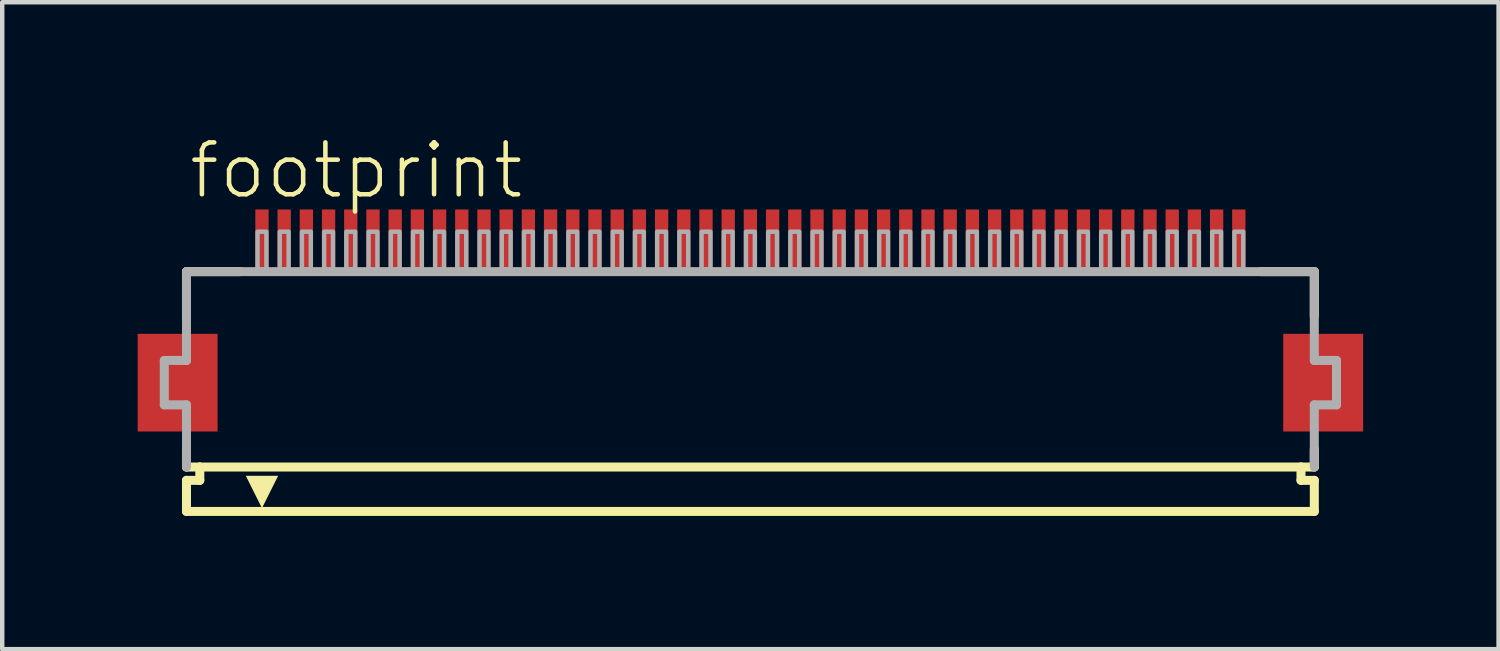
<source format=kicad_pcb>
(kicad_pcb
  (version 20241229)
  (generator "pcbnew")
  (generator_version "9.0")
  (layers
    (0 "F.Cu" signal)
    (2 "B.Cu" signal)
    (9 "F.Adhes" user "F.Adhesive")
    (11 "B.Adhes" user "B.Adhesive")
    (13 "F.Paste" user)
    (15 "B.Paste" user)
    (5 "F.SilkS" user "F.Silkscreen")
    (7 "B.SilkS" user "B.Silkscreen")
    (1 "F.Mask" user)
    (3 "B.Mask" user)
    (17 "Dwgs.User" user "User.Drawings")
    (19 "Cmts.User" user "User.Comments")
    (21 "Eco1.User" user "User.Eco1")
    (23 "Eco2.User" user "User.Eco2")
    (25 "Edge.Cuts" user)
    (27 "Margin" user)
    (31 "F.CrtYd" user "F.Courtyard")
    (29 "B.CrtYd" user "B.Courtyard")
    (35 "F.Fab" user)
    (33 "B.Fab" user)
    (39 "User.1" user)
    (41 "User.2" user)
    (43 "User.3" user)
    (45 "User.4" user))
  (footprint "footprint"
    (layer "F.Cu")
    (at 15.85 5.568)
    (property "Reference" "footprint" (at -14.698 -4.095 0) (layer "F.SilkS") (effects (font (size 1.168 1.168) (thickness 0.102)) (justify left bottom)))
    (fp_poly (pts (xy -14 -1.1) (xy -15.8 -1.1) (xy -15.8 1.1) (xy -14 1.1)) (stroke (width 0) (type solid)) (fill yes) (layer "F.Cu"))
    (fp_poly (pts (xy 11.8 -1.1) (xy 10 -1.1) (xy 10 1.1) (xy 11.8 1.1)) (stroke (width 0) (type solid)) (fill yes) (layer "F.Cu"))
    (fp_poly (pts (xy -13.95 -1.175) (xy -15.85 -1.175) (xy -15.85 1.175) (xy -13.95 1.175)) (stroke (width 0) (type solid)) (fill yes) (layer "F.Mask"))
    (fp_poly (pts (xy -13.2 -2.55) (xy -12.8 -2.55) (xy -12.8 -3.95) (xy -13.2 -3.95)) (stroke (width 0) (type solid)) (fill yes) (layer "F.Mask"))
    (fp_poly (pts (xy -12.7 -2.55) (xy -12.3 -2.55) (xy -12.3 -3.95) (xy -12.7 -3.95)) (stroke (width 0) (type solid)) (fill yes) (layer "F.Mask"))
    (fp_poly (pts (xy -12.2 -2.55) (xy -11.8 -2.55) (xy -11.8 -3.95) (xy -12.2 -3.95)) (stroke (width 0) (type solid)) (fill yes) (layer "F.Mask"))
    (fp_poly (pts (xy -11.7 -2.55) (xy -11.3 -2.55) (xy -11.3 -3.95) (xy -11.7 -3.95)) (stroke (width 0) (type solid)) (fill yes) (layer "F.Mask"))
    (fp_poly (pts (xy -11.2 -2.55) (xy -10.8 -2.55) (xy -10.8 -3.95) (xy -11.2 -3.95)) (stroke (width 0) (type solid)) (fill yes) (layer "F.Mask"))
    (fp_poly (pts (xy -10.7 -2.55) (xy -10.3 -2.55) (xy -10.3 -3.95) (xy -10.7 -3.95)) (stroke (width 0) (type solid)) (fill yes) (layer "F.Mask"))
    (fp_poly (pts (xy -10.2 -2.55) (xy -9.8 -2.55) (xy -9.8 -3.95) (xy -10.2 -3.95)) (stroke (width 0) (type solid)) (fill yes) (layer "F.Mask"))
    (fp_poly (pts (xy -9.7 -2.55) (xy -9.3 -2.55) (xy -9.3 -3.95) (xy -9.7 -3.95)) (stroke (width 0) (type solid)) (fill yes) (layer "F.Mask"))
    (fp_poly (pts (xy -9.2 -2.55) (xy -8.8 -2.55) (xy -8.8 -3.95) (xy -9.2 -3.95)) (stroke (width 0) (type solid)) (fill yes) (layer "F.Mask"))
    (fp_poly (pts (xy -8.7 -2.55) (xy -8.3 -2.55) (xy -8.3 -3.95) (xy -8.7 -3.95)) (stroke (width 0) (type solid)) (fill yes) (layer "F.Mask"))
    (fp_poly (pts (xy -8.2 -2.55) (xy -7.8 -2.55) (xy -7.8 -3.95) (xy -8.2 -3.95)) (stroke (width 0) (type solid)) (fill yes) (layer "F.Mask"))
    (fp_poly (pts (xy -7.7 -2.55) (xy -7.3 -2.55) (xy -7.3 -3.95) (xy -7.7 -3.95)) (stroke (width 0) (type solid)) (fill yes) (layer "F.Mask"))
    (fp_poly (pts (xy -7.2 -2.55) (xy -6.8 -2.55) (xy -6.8 -3.95) (xy -7.2 -3.95)) (stroke (width 0) (type solid)) (fill yes) (layer "F.Mask"))
    (fp_poly (pts (xy -6.7 -2.55) (xy -6.3 -2.55) (xy -6.3 -3.95) (xy -6.7 -3.95)) (stroke (width 0) (type solid)) (fill yes) (layer "F.Mask"))
    (fp_poly (pts (xy -6.2 -2.55) (xy -5.8 -2.55) (xy -5.8 -3.95) (xy -6.2 -3.95)) (stroke (width 0) (type solid)) (fill yes) (layer "F.Mask"))
    (fp_poly (pts (xy -5.7 -2.55) (xy -5.3 -2.55) (xy -5.3 -3.95) (xy -5.7 -3.95)) (stroke (width 0) (type solid)) (fill yes) (layer "F.Mask"))
    (fp_poly (pts (xy -5.2 -2.55) (xy -4.8 -2.55) (xy -4.8 -3.95) (xy -5.2 -3.95)) (stroke (width 0) (type solid)) (fill yes) (layer "F.Mask"))
    (fp_poly (pts (xy -4.7 -2.55) (xy -4.3 -2.55) (xy -4.3 -3.95) (xy -4.7 -3.95)) (stroke (width 0) (type solid)) (fill yes) (layer "F.Mask"))
    (fp_poly (pts (xy -4.2 -2.55) (xy -3.8 -2.55) (xy -3.8 -3.95) (xy -4.2 -3.95)) (stroke (width 0) (type solid)) (fill yes) (layer "F.Mask"))
    (fp_poly (pts (xy -3.7 -2.55) (xy -3.3 -2.55) (xy -3.3 -3.95) (xy -3.7 -3.95)) (stroke (width 0) (type solid)) (fill yes) (layer "F.Mask"))
    (fp_poly (pts (xy -3.2 -2.55) (xy -2.8 -2.55) (xy -2.8 -3.95) (xy -3.2 -3.95)) (stroke (width 0) (type solid)) (fill yes) (layer "F.Mask"))
    (fp_poly (pts (xy -2.7 -2.55) (xy -2.3 -2.55) (xy -2.3 -3.95) (xy -2.7 -3.95)) (stroke (width 0) (type solid)) (fill yes) (layer "F.Mask"))
    (fp_poly (pts (xy -2.2 -2.55) (xy -1.8 -2.55) (xy -1.8 -3.95) (xy -2.2 -3.95)) (stroke (width 0) (type solid)) (fill yes) (layer "F.Mask"))
    (fp_poly (pts (xy -1.7 -2.55) (xy -1.3 -2.55) (xy -1.3 -3.95) (xy -1.7 -3.95)) (stroke (width 0) (type solid)) (fill yes) (layer "F.Mask"))
    (fp_poly (pts (xy -1.2 -2.55) (xy -0.8 -2.55) (xy -0.8 -3.95) (xy -1.2 -3.95)) (stroke (width 0) (type solid)) (fill yes) (layer "F.Mask"))
    (fp_poly (pts (xy -0.7 -2.55) (xy -0.3 -2.55) (xy -0.3 -3.95) (xy -0.7 -3.95)) (stroke (width 0) (type solid)) (fill yes) (layer "F.Mask"))
    (fp_poly (pts (xy -0.2 -2.55) (xy 0.2 -2.55) (xy 0.2 -3.95) (xy -0.2 -3.95)) (stroke (width 0) (type solid)) (fill yes) (layer "F.Mask"))
    (fp_poly (pts (xy 0.3 -2.55) (xy 0.7 -2.55) (xy 0.7 -3.95) (xy 0.3 -3.95)) (stroke (width 0) (type solid)) (fill yes) (layer "F.Mask"))
    (fp_poly (pts (xy 0.8 -2.55) (xy 1.2 -2.55) (xy 1.2 -3.95) (xy 0.8 -3.95)) (stroke (width 0) (type solid)) (fill yes) (layer "F.Mask"))
    (fp_poly (pts (xy 1.3 -2.55) (xy 1.7 -2.55) (xy 1.7 -3.95) (xy 1.3 -3.95)) (stroke (width 0) (type solid)) (fill yes) (layer "F.Mask"))
    (fp_poly (pts (xy 1.8 -2.55) (xy 2.2 -2.55) (xy 2.2 -3.95) (xy 1.8 -3.95)) (stroke (width 0) (type solid)) (fill yes) (layer "F.Mask"))
    (fp_poly (pts (xy 2.3 -2.55) (xy 2.7 -2.55) (xy 2.7 -3.95) (xy 2.3 -3.95)) (stroke (width 0) (type solid)) (fill yes) (layer "F.Mask"))
    (fp_poly (pts (xy 2.8 -2.55) (xy 3.2 -2.55) (xy 3.2 -3.95) (xy 2.8 -3.95)) (stroke (width 0) (type solid)) (fill yes) (layer "F.Mask"))
    (fp_poly (pts (xy 3.3 -2.55) (xy 3.7 -2.55) (xy 3.7 -3.95) (xy 3.3 -3.95)) (stroke (width 0) (type solid)) (fill yes) (layer "F.Mask"))
    (fp_poly (pts (xy 3.8 -2.55) (xy 4.2 -2.55) (xy 4.2 -3.95) (xy 3.8 -3.95)) (stroke (width 0) (type solid)) (fill yes) (layer "F.Mask"))
    (fp_poly (pts (xy 4.3 -2.55) (xy 4.7 -2.55) (xy 4.7 -3.95) (xy 4.3 -3.95)) (stroke (width 0) (type solid)) (fill yes) (layer "F.Mask"))
    (fp_poly (pts (xy 4.8 -2.55) (xy 5.2 -2.55) (xy 5.2 -3.95) (xy 4.8 -3.95)) (stroke (width 0) (type solid)) (fill yes) (layer "F.Mask"))
    (fp_poly (pts (xy 5.3 -2.55) (xy 5.7 -2.55) (xy 5.7 -3.95) (xy 5.3 -3.95)) (stroke (width 0) (type solid)) (fill yes) (layer "F.Mask"))
    (fp_poly (pts (xy 5.8 -2.55) (xy 6.2 -2.55) (xy 6.2 -3.95) (xy 5.8 -3.95)) (stroke (width 0) (type solid)) (fill yes) (layer "F.Mask"))
    (fp_poly (pts (xy 6.3 -2.55) (xy 6.7 -2.55) (xy 6.7 -3.95) (xy 6.3 -3.95)) (stroke (width 0) (type solid)) (fill yes) (layer "F.Mask"))
    (fp_poly (pts (xy 6.8 -2.55) (xy 7.2 -2.55) (xy 7.2 -3.95) (xy 6.8 -3.95)) (stroke (width 0) (type solid)) (fill yes) (layer "F.Mask"))
    (fp_poly (pts (xy 7.3 -2.55) (xy 7.7 -2.55) (xy 7.7 -3.95) (xy 7.3 -3.95)) (stroke (width 0) (type solid)) (fill yes) (layer "F.Mask"))
    (fp_poly (pts (xy 7.8 -2.55) (xy 8.2 -2.55) (xy 8.2 -3.95) (xy 7.8 -3.95)) (stroke (width 0) (type solid)) (fill yes) (layer "F.Mask"))
    (fp_poly (pts (xy 8.3 -2.55) (xy 8.7 -2.55) (xy 8.7 -3.95) (xy 8.3 -3.95)) (stroke (width 0) (type solid)) (fill yes) (layer "F.Mask"))
    (fp_poly (pts (xy 8.8 -2.55) (xy 9.2 -2.55) (xy 9.2 -3.95) (xy 8.8 -3.95)) (stroke (width 0) (type solid)) (fill yes) (layer "F.Mask"))
    (fp_poly (pts (xy 11.85 -1.175) (xy 9.95 -1.175) (xy 9.95 1.175) (xy 11.85 1.175)) (stroke (width 0) (type solid)) (fill yes) (layer "F.Mask"))
    (fp_line (start -14.7 -2.5) (end -14.7 -1.5) (stroke (width 0.203) (type solid)) (layer "F.SilkS"))
    (fp_line (start -14.7 1.5) (end -14.7 1.9) (stroke (width 0.203) (type solid)) (layer "F.SilkS"))
    (fp_line (start -14.7 1.9) (end -14.4 1.9) (stroke (width 0.203) (type solid)) (layer "F.SilkS"))
    (fp_line (start -14.7 2.2) (end -14.7 2.9) (stroke (width 0.203) (type solid)) (layer "F.SilkS"))
    (fp_line (start -14.4 1.9) (end -14.4 2.2) (stroke (width 0.203) (type solid)) (layer "F.SilkS"))
    (fp_line (start -14.4 2.2) (end -14.7 2.2) (stroke (width 0.203) (type solid)) (layer "F.SilkS"))
    (fp_line (start -13.5 -2.5) (end -14.7 -2.5) (stroke (width 0.203) (type solid)) (layer "F.SilkS"))
    (fp_line (start 10.4 1.9) (end -14.4 1.9) (stroke (width 0.203) (type solid)) (layer "F.SilkS"))
    (fp_line (start 10.4 1.9) (end 10.7 1.9) (stroke (width 0.203) (type solid)) (layer "F.SilkS"))
    (fp_line (start 10.4 2.2) (end 10.4 1.9) (stroke (width 0.203) (type solid)) (layer "F.SilkS"))
    (fp_line (start 10.7 -2.5) (end 9.5 -2.5) (stroke (width 0.203) (type solid)) (layer "F.SilkS"))
    (fp_line (start 10.7 -1.5) (end 10.7 -2.5) (stroke (width 0.203) (type solid)) (layer "F.SilkS"))
    (fp_line (start 10.7 1.9) (end 10.7 1.5) (stroke (width 0.203) (type solid)) (layer "F.SilkS"))
    (fp_line (start 10.7 2.2) (end 10.4 2.2) (stroke (width 0.203) (type solid)) (layer "F.SilkS"))
    (fp_line (start 10.7 2.9) (end -14.7 2.9) (stroke (width 0.203) (type solid)) (layer "F.SilkS"))
    (fp_line (start 10.7 2.9) (end 10.7 2.2) (stroke (width 0.203) (type solid)) (layer "F.SilkS"))
    (fp_poly (pts (xy -13 2.827) (xy -13.364 2.098) (xy -12.636 2.098)) (stroke (width 0) (type solid)) (fill yes) (layer "F.SilkS"))
    (fp_poly (pts (xy -14.075 -1.025) (xy -15.725 -1.025) (xy -15.725 1.025) (xy -14.075 1.025)) (stroke (width 0) (type solid)) (fill yes) (layer "F.Paste"))
    (fp_poly (pts (xy -13.125 -2.625) (xy -12.875 -2.625) (xy -12.875 -3.875) (xy -13.125 -3.875)) (stroke (width 0) (type solid)) (fill yes) (layer "F.Paste"))
    (fp_poly (pts (xy -12.625 -2.625) (xy -12.375 -2.625) (xy -12.375 -3.875) (xy -12.625 -3.875)) (stroke (width 0) (type solid)) (fill yes) (layer "F.Paste"))
    (fp_poly (pts (xy -12.125 -2.625) (xy -11.875 -2.625) (xy -11.875 -3.875) (xy -12.125 -3.875)) (stroke (width 0) (type solid)) (fill yes) (layer "F.Paste"))
    (fp_poly (pts (xy -11.625 -2.625) (xy -11.375 -2.625) (xy -11.375 -3.875) (xy -11.625 -3.875)) (stroke (width 0) (type solid)) (fill yes) (layer "F.Paste"))
    (fp_poly (pts (xy -11.125 -2.625) (xy -10.875 -2.625) (xy -10.875 -3.875) (xy -11.125 -3.875)) (stroke (width 0) (type solid)) (fill yes) (layer "F.Paste"))
    (fp_poly (pts (xy -10.625 -2.625) (xy -10.375 -2.625) (xy -10.375 -3.875) (xy -10.625 -3.875)) (stroke (width 0) (type solid)) (fill yes) (layer "F.Paste"))
    (fp_poly (pts (xy -10.125 -2.625) (xy -9.875 -2.625) (xy -9.875 -3.875) (xy -10.125 -3.875)) (stroke (width 0) (type solid)) (fill yes) (layer "F.Paste"))
    (fp_poly (pts (xy -9.625 -2.625) (xy -9.375 -2.625) (xy -9.375 -3.875) (xy -9.625 -3.875)) (stroke (width 0) (type solid)) (fill yes) (layer "F.Paste"))
    (fp_poly (pts (xy -9.125 -2.625) (xy -8.875 -2.625) (xy -8.875 -3.875) (xy -9.125 -3.875)) (stroke (width 0) (type solid)) (fill yes) (layer "F.Paste"))
    (fp_poly (pts (xy -8.625 -2.625) (xy -8.375 -2.625) (xy -8.375 -3.875) (xy -8.625 -3.875)) (stroke (width 0) (type solid)) (fill yes) (layer "F.Paste"))
    (fp_poly (pts (xy -8.125 -2.625) (xy -7.875 -2.625) (xy -7.875 -3.875) (xy -8.125 -3.875)) (stroke (width 0) (type solid)) (fill yes) (layer "F.Paste"))
    (fp_poly (pts (xy -7.625 -2.625) (xy -7.375 -2.625) (xy -7.375 -3.875) (xy -7.625 -3.875)) (stroke (width 0) (type solid)) (fill yes) (layer "F.Paste"))
    (fp_poly (pts (xy -7.125 -2.625) (xy -6.875 -2.625) (xy -6.875 -3.875) (xy -7.125 -3.875)) (stroke (width 0) (type solid)) (fill yes) (layer "F.Paste"))
    (fp_poly (pts (xy -6.625 -2.625) (xy -6.375 -2.625) (xy -6.375 -3.875) (xy -6.625 -3.875)) (stroke (width 0) (type solid)) (fill yes) (layer "F.Paste"))
    (fp_poly (pts (xy -6.125 -2.625) (xy -5.875 -2.625) (xy -5.875 -3.875) (xy -6.125 -3.875)) (stroke (width 0) (type solid)) (fill yes) (layer "F.Paste"))
    (fp_poly (pts (xy -5.625 -2.625) (xy -5.375 -2.625) (xy -5.375 -3.875) (xy -5.625 -3.875)) (stroke (width 0) (type solid)) (fill yes) (layer "F.Paste"))
    (fp_poly (pts (xy -5.125 -2.625) (xy -4.875 -2.625) (xy -4.875 -3.875) (xy -5.125 -3.875)) (stroke (width 0) (type solid)) (fill yes) (layer "F.Paste"))
    (fp_poly (pts (xy -4.625 -2.625) (xy -4.375 -2.625) (xy -4.375 -3.875) (xy -4.625 -3.875)) (stroke (width 0) (type solid)) (fill yes) (layer "F.Paste"))
    (fp_poly (pts (xy -4.125 -2.625) (xy -3.875 -2.625) (xy -3.875 -3.875) (xy -4.125 -3.875)) (stroke (width 0) (type solid)) (fill yes) (layer "F.Paste"))
    (fp_poly (pts (xy -3.625 -2.625) (xy -3.375 -2.625) (xy -3.375 -3.875) (xy -3.625 -3.875)) (stroke (width 0) (type solid)) (fill yes) (layer "F.Paste"))
    (fp_poly (pts (xy -3.125 -2.625) (xy -2.875 -2.625) (xy -2.875 -3.875) (xy -3.125 -3.875)) (stroke (width 0) (type solid)) (fill yes) (layer "F.Paste"))
    (fp_poly (pts (xy -2.625 -2.625) (xy -2.375 -2.625) (xy -2.375 -3.875) (xy -2.625 -3.875)) (stroke (width 0) (type solid)) (fill yes) (layer "F.Paste"))
    (fp_poly (pts (xy -2.125 -2.625) (xy -1.875 -2.625) (xy -1.875 -3.875) (xy -2.125 -3.875)) (stroke (width 0) (type solid)) (fill yes) (layer "F.Paste"))
    (fp_poly (pts (xy -1.625 -2.625) (xy -1.375 -2.625) (xy -1.375 -3.875) (xy -1.625 -3.875)) (stroke (width 0) (type solid)) (fill yes) (layer "F.Paste"))
    (fp_poly (pts (xy -1.125 -2.625) (xy -0.875 -2.625) (xy -0.875 -3.875) (xy -1.125 -3.875)) (stroke (width 0) (type solid)) (fill yes) (layer "F.Paste"))
    (fp_poly (pts (xy -0.625 -2.625) (xy -0.375 -2.625) (xy -0.375 -3.875) (xy -0.625 -3.875)) (stroke (width 0) (type solid)) (fill yes) (layer "F.Paste"))
    (fp_poly (pts (xy -0.125 -2.625) (xy 0.125 -2.625) (xy 0.125 -3.875) (xy -0.125 -3.875)) (stroke (width 0) (type solid)) (fill yes) (layer "F.Paste"))
    (fp_poly (pts (xy 0.375 -2.625) (xy 0.625 -2.625) (xy 0.625 -3.875) (xy 0.375 -3.875)) (stroke (width 0) (type solid)) (fill yes) (layer "F.Paste"))
    (fp_poly (pts (xy 0.875 -2.625) (xy 1.125 -2.625) (xy 1.125 -3.875) (xy 0.875 -3.875)) (stroke (width 0) (type solid)) (fill yes) (layer "F.Paste"))
    (fp_poly (pts (xy 1.375 -2.625) (xy 1.625 -2.625) (xy 1.625 -3.875) (xy 1.375 -3.875)) (stroke (width 0) (type solid)) (fill yes) (layer "F.Paste"))
    (fp_poly (pts (xy 1.875 -2.625) (xy 2.125 -2.625) (xy 2.125 -3.875) (xy 1.875 -3.875)) (stroke (width 0) (type solid)) (fill yes) (layer "F.Paste"))
    (fp_poly (pts (xy 2.375 -2.625) (xy 2.625 -2.625) (xy 2.625 -3.875) (xy 2.375 -3.875)) (stroke (width 0) (type solid)) (fill yes) (layer "F.Paste"))
    (fp_poly (pts (xy 2.875 -2.625) (xy 3.125 -2.625) (xy 3.125 -3.875) (xy 2.875 -3.875)) (stroke (width 0) (type solid)) (fill yes) (layer "F.Paste"))
    (fp_poly (pts (xy 3.375 -2.625) (xy 3.625 -2.625) (xy 3.625 -3.875) (xy 3.375 -3.875)) (stroke (width 0) (type solid)) (fill yes) (layer "F.Paste"))
    (fp_poly (pts (xy 3.875 -2.625) (xy 4.125 -2.625) (xy 4.125 -3.875) (xy 3.875 -3.875)) (stroke (width 0) (type solid)) (fill yes) (layer "F.Paste"))
    (fp_poly (pts (xy 4.375 -2.625) (xy 4.625 -2.625) (xy 4.625 -3.875) (xy 4.375 -3.875)) (stroke (width 0) (type solid)) (fill yes) (layer "F.Paste"))
    (fp_poly (pts (xy 4.875 -2.625) (xy 5.125 -2.625) (xy 5.125 -3.875) (xy 4.875 -3.875)) (stroke (width 0) (type solid)) (fill yes) (layer "F.Paste"))
    (fp_poly (pts (xy 5.375 -2.625) (xy 5.625 -2.625) (xy 5.625 -3.875) (xy 5.375 -3.875)) (stroke (width 0) (type solid)) (fill yes) (layer "F.Paste"))
    (fp_poly (pts (xy 5.875 -2.625) (xy 6.125 -2.625) (xy 6.125 -3.875) (xy 5.875 -3.875)) (stroke (width 0) (type solid)) (fill yes) (layer "F.Paste"))
    (fp_poly (pts (xy 6.375 -2.625) (xy 6.625 -2.625) (xy 6.625 -3.875) (xy 6.375 -3.875)) (stroke (width 0) (type solid)) (fill yes) (layer "F.Paste"))
    (fp_poly (pts (xy 6.875 -2.625) (xy 7.125 -2.625) (xy 7.125 -3.875) (xy 6.875 -3.875)) (stroke (width 0) (type solid)) (fill yes) (layer "F.Paste"))
    (fp_poly (pts (xy 7.375 -2.625) (xy 7.625 -2.625) (xy 7.625 -3.875) (xy 7.375 -3.875)) (stroke (width 0) (type solid)) (fill yes) (layer "F.Paste"))
    (fp_poly (pts (xy 7.875 -2.625) (xy 8.125 -2.625) (xy 8.125 -3.875) (xy 7.875 -3.875)) (stroke (width 0) (type solid)) (fill yes) (layer "F.Paste"))
    (fp_poly (pts (xy 8.375 -2.625) (xy 8.625 -2.625) (xy 8.625 -3.875) (xy 8.375 -3.875)) (stroke (width 0) (type solid)) (fill yes) (layer "F.Paste"))
    (fp_poly (pts (xy 8.875 -2.625) (xy 9.125 -2.625) (xy 9.125 -3.875) (xy 8.875 -3.875)) (stroke (width 0) (type solid)) (fill yes) (layer "F.Paste"))
    (fp_poly (pts (xy 11.725 -1.025) (xy 10.075 -1.025) (xy 10.075 1.025) (xy 11.725 1.025)) (stroke (width 0) (type solid)) (fill yes) (layer "F.Paste"))
    (fp_line (start -15.2 -0.5) (end -15.2 0.5) (stroke (width 0.203) (type solid)) (layer "F.Fab"))
    (fp_line (start -15.2 0.5) (end -14.7 0.5) (stroke (width 0.203) (type solid)) (layer "F.Fab"))
    (fp_line (start -14.7 -2.5) (end -14.7 -0.5) (stroke (width 0.203) (type solid)) (layer "F.Fab"))
    (fp_line (start -14.7 -0.5) (end -15.2 -0.5) (stroke (width 0.203) (type solid)) (layer "F.Fab"))
    (fp_line (start -14.7 0.5) (end -14.7 1.9) (stroke (width 0.203) (type solid)) (layer "F.Fab"))
    (fp_line (start 10.7 -2.5) (end -14.7 -2.5) (stroke (width 0.203) (type solid)) (layer "F.Fab"))
    (fp_line (start 10.7 -0.5) (end 10.7 -2.5) (stroke (width 0.203) (type solid)) (layer "F.Fab"))
    (fp_line (start 10.7 0.5) (end 11.2 0.5) (stroke (width 0.203) (type solid)) (layer "F.Fab"))
    (fp_line (start 10.7 1.9) (end 10.7 0.5) (stroke (width 0.203) (type solid)) (layer "F.Fab"))
    (fp_line (start 11.2 -0.5) (end 10.7 -0.5) (stroke (width 0.203) (type solid)) (layer "F.Fab"))
    (fp_line (start 11.2 0.5) (end 11.2 -0.5) (stroke (width 0.203) (type solid)) (layer "F.Fab"))
    (fp_poly (pts (xy -13.1 -2.55) (xy -12.9 -2.55) (xy -12.9 -3.4) (xy -13.1 -3.4)) (stroke (width 0.1) (type solid)) (fill no) (layer "F.Fab"))
    (fp_poly (pts (xy -12.6 -2.55) (xy -12.4 -2.55) (xy -12.4 -3.4) (xy -12.6 -3.4)) (stroke (width 0.1) (type solid)) (fill no) (layer "F.Fab"))
    (fp_poly (pts (xy -12.1 -2.55) (xy -11.9 -2.55) (xy -11.9 -3.4) (xy -12.1 -3.4)) (stroke (width 0.1) (type solid)) (fill no) (layer "F.Fab"))
    (fp_poly (pts (xy -11.6 -2.55) (xy -11.4 -2.55) (xy -11.4 -3.4) (xy -11.6 -3.4)) (stroke (width 0.1) (type solid)) (fill no) (layer "F.Fab"))
    (fp_poly (pts (xy -11.1 -2.55) (xy -10.9 -2.55) (xy -10.9 -3.4) (xy -11.1 -3.4)) (stroke (width 0.1) (type solid)) (fill no) (layer "F.Fab"))
    (fp_poly (pts (xy -10.6 -2.55) (xy -10.4 -2.55) (xy -10.4 -3.4) (xy -10.6 -3.4)) (stroke (width 0.1) (type solid)) (fill no) (layer "F.Fab"))
    (fp_poly (pts (xy -10.1 -2.55) (xy -9.9 -2.55) (xy -9.9 -3.4) (xy -10.1 -3.4)) (stroke (width 0.1) (type solid)) (fill no) (layer "F.Fab"))
    (fp_poly (pts (xy -9.6 -2.55) (xy -9.4 -2.55) (xy -9.4 -3.4) (xy -9.6 -3.4)) (stroke (width 0.1) (type solid)) (fill no) (layer "F.Fab"))
    (fp_poly (pts (xy -9.1 -2.55) (xy -8.9 -2.55) (xy -8.9 -3.4) (xy -9.1 -3.4)) (stroke (width 0.1) (type solid)) (fill no) (layer "F.Fab"))
    (fp_poly (pts (xy -8.6 -2.55) (xy -8.4 -2.55) (xy -8.4 -3.4) (xy -8.6 -3.4)) (stroke (width 0.1) (type solid)) (fill no) (layer "F.Fab"))
    (fp_poly (pts (xy -8.1 -2.55) (xy -7.9 -2.55) (xy -7.9 -3.4) (xy -8.1 -3.4)) (stroke (width 0.1) (type solid)) (fill no) (layer "F.Fab"))
    (fp_poly (pts (xy -7.6 -2.55) (xy -7.4 -2.55) (xy -7.4 -3.4) (xy -7.6 -3.4)) (stroke (width 0.1) (type solid)) (fill no) (layer "F.Fab"))
    (fp_poly (pts (xy -7.1 -2.55) (xy -6.9 -2.55) (xy -6.9 -3.4) (xy -7.1 -3.4)) (stroke (width 0.1) (type solid)) (fill no) (layer "F.Fab"))
    (fp_poly (pts (xy -6.6 -2.55) (xy -6.4 -2.55) (xy -6.4 -3.4) (xy -6.6 -3.4)) (stroke (width 0.1) (type solid)) (fill no) (layer "F.Fab"))
    (fp_poly (pts (xy -6.1 -2.55) (xy -5.9 -2.55) (xy -5.9 -3.4) (xy -6.1 -3.4)) (stroke (width 0.1) (type solid)) (fill no) (layer "F.Fab"))
    (fp_poly (pts (xy -5.6 -2.55) (xy -5.4 -2.55) (xy -5.4 -3.4) (xy -5.6 -3.4)) (stroke (width 0.1) (type solid)) (fill no) (layer "F.Fab"))
    (fp_poly (pts (xy -5.1 -2.55) (xy -4.9 -2.55) (xy -4.9 -3.4) (xy -5.1 -3.4)) (stroke (width 0.1) (type solid)) (fill no) (layer "F.Fab"))
    (fp_poly (pts (xy -4.6 -2.55) (xy -4.4 -2.55) (xy -4.4 -3.4) (xy -4.6 -3.4)) (stroke (width 0.1) (type solid)) (fill no) (layer "F.Fab"))
    (fp_poly (pts (xy -4.1 -2.55) (xy -3.9 -2.55) (xy -3.9 -3.4) (xy -4.1 -3.4)) (stroke (width 0.1) (type solid)) (fill no) (layer "F.Fab"))
    (fp_poly (pts (xy -3.6 -2.55) (xy -3.4 -2.55) (xy -3.4 -3.4) (xy -3.6 -3.4)) (stroke (width 0.1) (type solid)) (fill no) (layer "F.Fab"))
    (fp_poly (pts (xy -3.1 -2.55) (xy -2.9 -2.55) (xy -2.9 -3.4) (xy -3.1 -3.4)) (stroke (width 0.1) (type solid)) (fill no) (layer "F.Fab"))
    (fp_poly (pts (xy -2.6 -2.55) (xy -2.4 -2.55) (xy -2.4 -3.4) (xy -2.6 -3.4)) (stroke (width 0.1) (type solid)) (fill no) (layer "F.Fab"))
    (fp_poly (pts (xy -2.1 -2.55) (xy -1.9 -2.55) (xy -1.9 -3.4) (xy -2.1 -3.4)) (stroke (width 0.1) (type solid)) (fill no) (layer "F.Fab"))
    (fp_poly (pts (xy -1.6 -2.55) (xy -1.4 -2.55) (xy -1.4 -3.4) (xy -1.6 -3.4)) (stroke (width 0.1) (type solid)) (fill no) (layer "F.Fab"))
    (fp_poly (pts (xy -1.1 -2.55) (xy -0.9 -2.55) (xy -0.9 -3.4) (xy -1.1 -3.4)) (stroke (width 0.1) (type solid)) (fill no) (layer "F.Fab"))
    (fp_poly (pts (xy -0.6 -2.55) (xy -0.4 -2.55) (xy -0.4 -3.4) (xy -0.6 -3.4)) (stroke (width 0.1) (type solid)) (fill no) (layer "F.Fab"))
    (fp_poly (pts (xy -0.1 -2.55) (xy 0.1 -2.55) (xy 0.1 -3.4) (xy -0.1 -3.4)) (stroke (width 0.1) (type solid)) (fill no) (layer "F.Fab"))
    (fp_poly (pts (xy 0.4 -2.55) (xy 0.6 -2.55) (xy 0.6 -3.4) (xy 0.4 -3.4)) (stroke (width 0.1) (type solid)) (fill no) (layer "F.Fab"))
    (fp_poly (pts (xy 0.9 -2.55) (xy 1.1 -2.55) (xy 1.1 -3.4) (xy 0.9 -3.4)) (stroke (width 0.1) (type solid)) (fill no) (layer "F.Fab"))
    (fp_poly (pts (xy 1.4 -2.55) (xy 1.6 -2.55) (xy 1.6 -3.4) (xy 1.4 -3.4)) (stroke (width 0.1) (type solid)) (fill no) (layer "F.Fab"))
    (fp_poly (pts (xy 1.9 -2.55) (xy 2.1 -2.55) (xy 2.1 -3.4) (xy 1.9 -3.4)) (stroke (width 0.1) (type solid)) (fill no) (layer "F.Fab"))
    (fp_poly (pts (xy 2.4 -2.55) (xy 2.6 -2.55) (xy 2.6 -3.4) (xy 2.4 -3.4)) (stroke (width 0.1) (type solid)) (fill no) (layer "F.Fab"))
    (fp_poly (pts (xy 2.9 -2.55) (xy 3.1 -2.55) (xy 3.1 -3.4) (xy 2.9 -3.4)) (stroke (width 0.1) (type solid)) (fill no) (layer "F.Fab"))
    (fp_poly (pts (xy 3.4 -2.55) (xy 3.6 -2.55) (xy 3.6 -3.4) (xy 3.4 -3.4)) (stroke (width 0.1) (type solid)) (fill no) (layer "F.Fab"))
    (fp_poly (pts (xy 3.9 -2.55) (xy 4.1 -2.55) (xy 4.1 -3.4) (xy 3.9 -3.4)) (stroke (width 0.1) (type solid)) (fill no) (layer "F.Fab"))
    (fp_poly (pts (xy 4.4 -2.55) (xy 4.6 -2.55) (xy 4.6 -3.4) (xy 4.4 -3.4)) (stroke (width 0.1) (type solid)) (fill no) (layer "F.Fab"))
    (fp_poly (pts (xy 4.9 -2.55) (xy 5.1 -2.55) (xy 5.1 -3.4) (xy 4.9 -3.4)) (stroke (width 0.1) (type solid)) (fill no) (layer "F.Fab"))
    (fp_poly (pts (xy 5.4 -2.55) (xy 5.6 -2.55) (xy 5.6 -3.4) (xy 5.4 -3.4)) (stroke (width 0.1) (type solid)) (fill no) (layer "F.Fab"))
    (fp_poly (pts (xy 5.9 -2.55) (xy 6.1 -2.55) (xy 6.1 -3.4) (xy 5.9 -3.4)) (stroke (width 0.1) (type solid)) (fill no) (layer "F.Fab"))
    (fp_poly (pts (xy 6.4 -2.55) (xy 6.6 -2.55) (xy 6.6 -3.4) (xy 6.4 -3.4)) (stroke (width 0.1) (type solid)) (fill no) (layer "F.Fab"))
    (fp_poly (pts (xy 6.9 -2.55) (xy 7.1 -2.55) (xy 7.1 -3.4) (xy 6.9 -3.4)) (stroke (width 0.1) (type solid)) (fill no) (layer "F.Fab"))
    (fp_poly (pts (xy 7.4 -2.55) (xy 7.6 -2.55) (xy 7.6 -3.4) (xy 7.4 -3.4)) (stroke (width 0.1) (type solid)) (fill no) (layer "F.Fab"))
    (fp_poly (pts (xy 7.9 -2.55) (xy 8.1 -2.55) (xy 8.1 -3.4) (xy 7.9 -3.4)) (stroke (width 0.1) (type solid)) (fill no) (layer "F.Fab"))
    (fp_poly (pts (xy 8.4 -2.55) (xy 8.6 -2.55) (xy 8.6 -3.4) (xy 8.4 -3.4)) (stroke (width 0.1) (type solid)) (fill no) (layer "F.Fab"))
    (fp_poly (pts (xy 8.9 -2.55) (xy 9.1 -2.55) (xy 9.1 -3.4) (xy 8.9 -3.4)) (stroke (width 0.1) (type solid)) (fill no) (layer "F.Fab"))
    (pad "1" smd rect (at -13 -3.25) (size 0.3 1.3) (layers "F.Cu"))
    (pad "2" smd rect (at -12.5 -3.25) (size 0.3 1.3) (layers "F.Cu"))
    (pad "3" smd rect (at -12 -3.25) (size 0.3 1.3) (layers "F.Cu"))
    (pad "4" smd rect (at -11.5 -3.25) (size 0.3 1.3) (layers "F.Cu"))
    (pad "5" smd rect (at -11 -3.25) (size 0.3 1.3) (layers "F.Cu"))
    (pad "6" smd rect (at -10.5 -3.25) (size 0.3 1.3) (layers "F.Cu"))
    (pad "7" smd rect (at -10 -3.25) (size 0.3 1.3) (layers "F.Cu"))
    (pad "8" smd rect (at -9.5 -3.25) (size 0.3 1.3) (layers "F.Cu"))
    (pad "9" smd rect (at -9 -3.25) (size 0.3 1.3) (layers "F.Cu"))
    (pad "10" smd rect (at -8.5 -3.25) (size 0.3 1.3) (layers "F.Cu"))
    (pad "11" smd rect (at -8 -3.25) (size 0.3 1.3) (layers "F.Cu"))
    (pad "12" smd rect (at -7.5 -3.25) (size 0.3 1.3) (layers "F.Cu"))
    (pad "13" smd rect (at -7 -3.25) (size 0.3 1.3) (layers "F.Cu"))
    (pad "14" smd rect (at -6.5 -3.25) (size 0.3 1.3) (layers "F.Cu"))
    (pad "15" smd rect (at -6 -3.25) (size 0.3 1.3) (layers "F.Cu"))
    (pad "16" smd rect (at -5.5 -3.25) (size 0.3 1.3) (layers "F.Cu"))
    (pad "17" smd rect (at -5 -3.25) (size 0.3 1.3) (layers "F.Cu"))
    (pad "18" smd rect (at -4.5 -3.25) (size 0.3 1.3) (layers "F.Cu"))
    (pad "19" smd rect (at -4 -3.25) (size 0.3 1.3) (layers "F.Cu"))
    (pad "20" smd rect (at -3.5 -3.25) (size 0.3 1.3) (layers "F.Cu"))
    (pad "21" smd rect (at -3 -3.25) (size 0.3 1.3) (layers "F.Cu"))
    (pad "22" smd rect (at -2.5 -3.25) (size 0.3 1.3) (layers "F.Cu"))
    (pad "23" smd rect (at -2 -3.25) (size 0.3 1.3) (layers "F.Cu"))
    (pad "24" smd rect (at -1.5 -3.25) (size 0.3 1.3) (layers "F.Cu"))
    (pad "25" smd rect (at -1 -3.25) (size 0.3 1.3) (layers "F.Cu"))
    (pad "26" smd rect (at -0.5 -3.25) (size 0.3 1.3) (layers "F.Cu"))
    (pad "27" smd rect (at 0 -3.25) (size 0.3 1.3) (layers "F.Cu"))
    (pad "28" smd rect (at 0.5 -3.25) (size 0.3 1.3) (layers "F.Cu"))
    (pad "29" smd rect (at 1 -3.25) (size 0.3 1.3) (layers "F.Cu"))
    (pad "30" smd rect (at 1.5 -3.25) (size 0.3 1.3) (layers "F.Cu"))
    (pad "31" smd rect (at 2 -3.25) (size 0.3 1.3) (layers "F.Cu"))
    (pad "32" smd rect (at 2.5 -3.25) (size 0.3 1.3) (layers "F.Cu"))
    (pad "33" smd rect (at 3 -3.25) (size 0.3 1.3) (layers "F.Cu"))
    (pad "34" smd rect (at 3.5 -3.25) (size 0.3 1.3) (layers "F.Cu"))
    (pad "35" smd rect (at 4 -3.25) (size 0.3 1.3) (layers "F.Cu"))
    (pad "36" smd rect (at 4.5 -3.25) (size 0.3 1.3) (layers "F.Cu"))
    (pad "37" smd rect (at 5 -3.25) (size 0.3 1.3) (layers "F.Cu"))
    (pad "38" smd rect (at 5.5 -3.25) (size 0.3 1.3) (layers "F.Cu"))
    (pad "39" smd rect (at 6 -3.25) (size 0.3 1.3) (layers "F.Cu"))
    (pad "40" smd rect (at 6.5 -3.25) (size 0.3 1.3) (layers "F.Cu"))
    (pad "41" smd rect (at 7 -3.25) (size 0.3 1.3) (layers "F.Cu"))
    (pad "42" smd rect (at 7.5 -3.25) (size 0.3 1.3) (layers "F.Cu"))
    (pad "43" smd rect (at 8 -3.25) (size 0.3 1.3) (layers "F.Cu"))
    (pad "44" smd rect (at 8.5 -3.25) (size 0.3 1.3) (layers "F.Cu"))
    (pad "45" smd rect (at 9 -3.25) (size 0.3 1.3) (layers "F.Cu")))
  (gr_rect
    (start -3 -3)
    (end 30.7 11.57)
    (stroke (width 0.1) (type default))
    (fill no)
    (layer "Edge.Cuts")))
</source>
